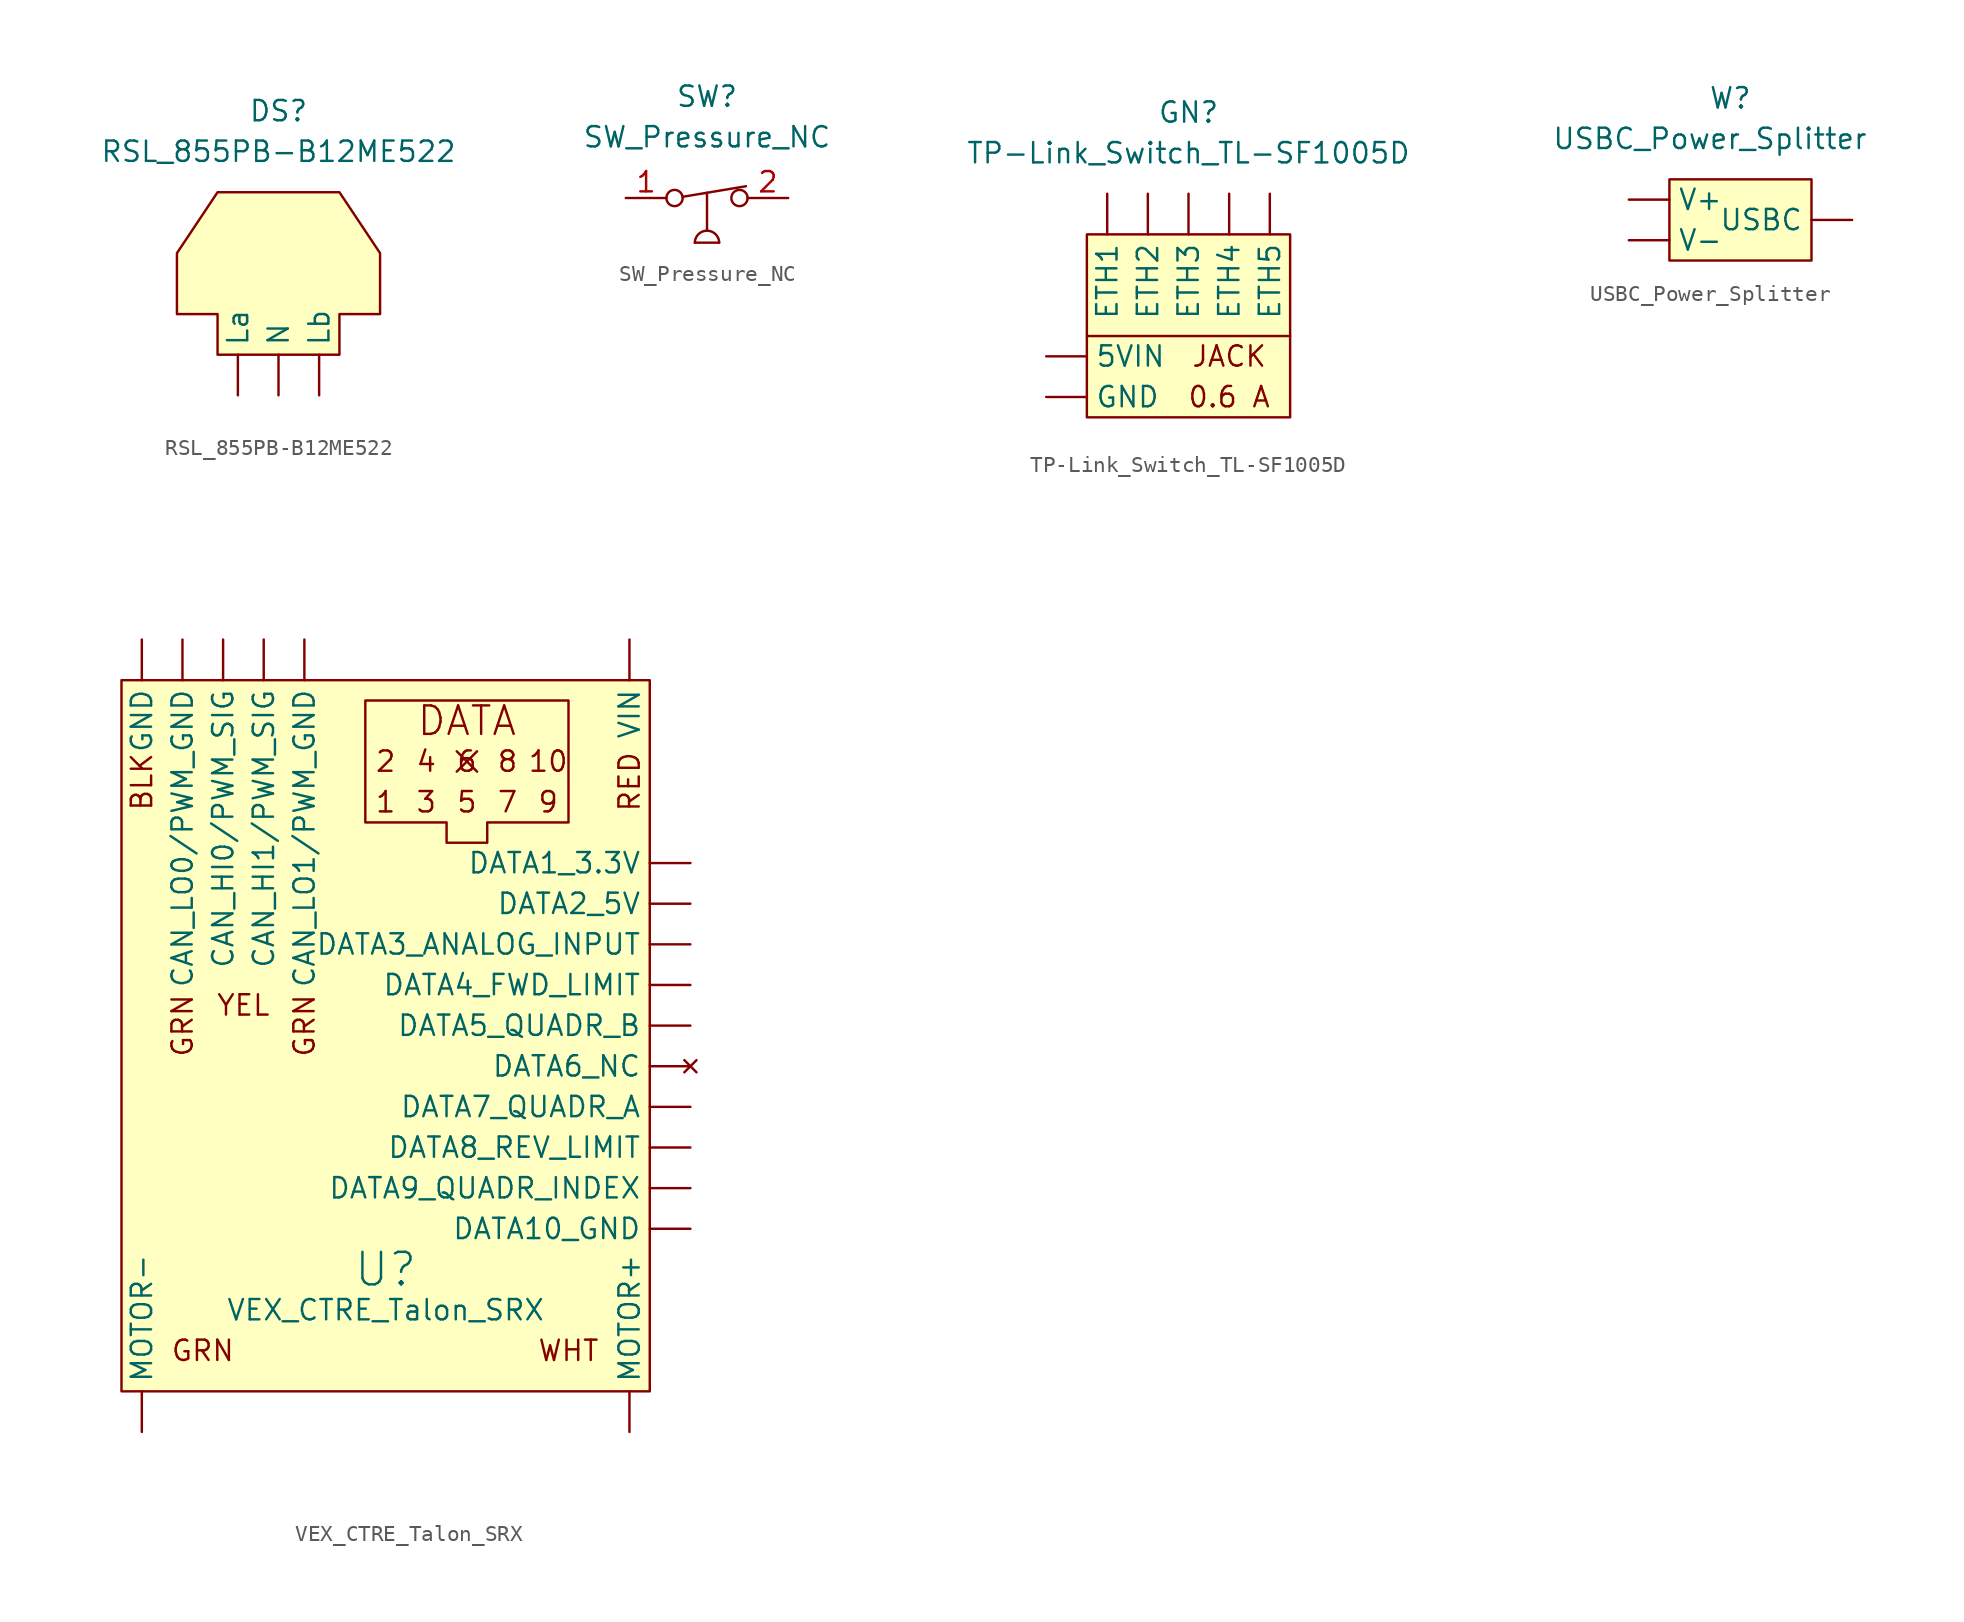
<source format=kicad_sym>
(kicad_symbol_lib
  (version 20220914)
  (generator kicad_symbol_editor)
  (symbol "RSL_855PB-B12ME522"
    (property "Reference" "DS"
      (at 0 0 0)
      (effects (font (size 1.27 1.27))))
    (property "Value" "RSL_855PB-B12ME522"
      (at 0 -2.54 0)
      (effects (font (size 1.27 1.27))))
    (symbol "RSL_855PB-B12ME522_0_1"
      (polyline (pts (xy 3.81 -12.7) (xy 3.81 -15.24) (xy -3.81 -15.24) (xy -3.81 -12.7) (xy -6.35 -12.7) (xy -6.35 -8.89) (xy -3.81 -5.08) (xy 3.81 -5.08) (xy 6.35 -8.89) (xy 6.35 -12.7) (xy 3.81 -12.7)) (stroke (width 0) (type default)) (fill (type background))))
    (symbol "RSL_855PB-B12ME522_1_1"
      (pin input line (at -2.54 -17.78 90) (length 2.54) (name "La" (effects (font (size 1.27 1.27)))) (number "" (effects (font (size 1.27 1.27)))))
      (pin input line (at 2.54 -17.78 90) (length 2.54) (name "Lb" (effects (font (size 1.27 1.27)))) (number "" (effects (font (size 1.27 1.27)))))
      (pin power_in line (at 0 -17.78 90) (length 2.54) (name "N" (effects (font (size 1.27 1.27)))) (number "" (effects (font (size 1.27 1.27)))))))
  (symbol "SW_Pressure_NC"
    (property "Reference" "SW"
      (at 0 0 0)
      (effects (font (size 1.27 1.27))))
    (property "Value" "SW_Pressure_NC"
      (at 0 -2.54 0)
      (effects (font (size 1.27 1.27))))
    (symbol "SW_Pressure_NC_0_0"
      (circle (center -2.032 -6.35) (radius 0.508) (stroke (width 0) (type default)) (fill (type none)))
      (circle (center 2.032 -6.35) (radius 0.508) (stroke (width 0) (type default)) (fill (type none))))
    (symbol "SW_Pressure_NC_0_1"
      (polyline (pts (xy -1.524 -6.274) (xy 2.438 -5.613)) (stroke (width 0) (type default)) (fill (type none)))
      (polyline (pts (xy -0.762 -9.144) (xy 0.762 -9.144)) (stroke (width 0) (type default)) (fill (type none)))
      (polyline (pts (xy 0 -6.02) (xy 0 -8.382)) (stroke (width 0) (type default)) (fill (type none)))
      (arc (start 0.762 -9.144) (mid 0 -8.3942) (end -0.762 -9.144) (stroke (width 0) (type default)) (fill (type none))))
    (symbol "SW_Pressure_NC_1_1"
      (pin passive line (at -5.08 -6.35 0) (length 2.54) (name "" (effects (font (size 1.27 1.27)))) (number "1" (effects (font (size 1.27 1.27)))))
      (pin passive line (at 5.08 -6.35 180) (length 2.54) (name "" (effects (font (size 1.27 1.27)))) (number "2" (effects (font (size 1.27 1.27)))))))
  (symbol "TP-Link_Switch_TL-SF1005D"
    (property "Reference" "GN"
      (at 0 0 0)
      (effects (font (size 1.27 1.27))))
    (property "Value" "TP-Link_Switch_TL-SF1005D"
      (at 0 -2.54 0)
      (effects (font (size 1.27 1.27))))
    (symbol "TP-Link_Switch_TL-SF1005D_0_0"
      (polyline (pts (xy -6.35 -13.97) (xy 6.35 -13.97)) (stroke (width 0) (type default)) (fill (type none)))
      (text "0.6 A" (at 2.54 -17.78 0) (effects (font (size 1.27 1.27))))
      (text "JACK" (at 2.54 -15.24 0) (effects (font (size 1.27 1.27)))))
    (symbol "TP-Link_Switch_TL-SF1005D_0_1"
      (rectangle (start -6.35 -7.62) (end 6.35 -19.05) (stroke (width 0) (type default)) (fill (type background))))
    (symbol "TP-Link_Switch_TL-SF1005D_1_1"
      (pin power_in line (at -8.89 -15.24 0) (length 2.54) (name "5VIN" (effects (font (size 1.27 1.27)))) (number "" (effects (font (size 1.27 1.27)))))
      (pin bidirectional line (at -5.08 -5.08 270) (length 2.54) (name "ETH1" (effects (font (size 1.27 1.27)))) (number "" (effects (font (size 1.27 1.27)))))
      (pin bidirectional line (at -2.54 -5.08 270) (length 2.54) (name "ETH2" (effects (font (size 1.27 1.27)))) (number "" (effects (font (size 1.27 1.27)))))
      (pin bidirectional line (at 0 -5.08 270) (length 2.54) (name "ETH3" (effects (font (size 1.27 1.27)))) (number "" (effects (font (size 1.27 1.27)))))
      (pin bidirectional line (at 2.54 -5.08 270) (length 2.54) (name "ETH4" (effects (font (size 1.27 1.27)))) (number "" (effects (font (size 1.27 1.27)))))
      (pin bidirectional line (at 5.08 -5.08 270) (length 2.54) (name "ETH5" (effects (font (size 1.27 1.27)))) (number "" (effects (font (size 1.27 1.27)))))
      (pin power_in line (at -8.89 -17.78 0) (length 2.54) (name "GND" (effects (font (size 1.27 1.27)))) (number "" (effects (font (size 1.27 1.27)))))))
  (symbol "USBC_Power_Splitter"
    (property "Reference" "W"
      (at 0 3.81 0)
      (effects (font (size 1.27 1.27))))
    (property "Value" "USBC_Power_Splitter"
      (at -1.27 1.27 0)
      (effects (font (size 1.27 1.27))))
    (symbol "USBC_Power_Splitter_1_1"
      (rectangle (start -3.81 -1.27) (end 5.08 -6.35) (stroke (width 0) (type default)) (fill (type background)))
      (pin bidirectional line (at 7.62 -3.81 180) (length 2.54) (name "USBC" (effects (font (size 1.27 1.27)))) (number "" (effects (font (size 1.27 1.27)))))
      (pin bidirectional line (at -6.35 -2.54 0) (length 2.54) (name "V+" (effects (font (size 1.27 1.27)))) (number "" (effects (font (size 1.27 1.27)))))
      (pin bidirectional line (at -6.35 -5.08 0) (length 2.54) (name "V-" (effects (font (size 1.27 1.27)))) (number "" (effects (font (size 1.27 1.27)))))))
  (symbol "VEX_CTRE_Talon_SRX"
    (property "Reference" "U"
      (at 0 -19.05 0)
      (effects (font (size 2.032 2.032))))
    (property "Value" "VEX_CTRE_Talon_SRX"
      (at 0 -21.59 0)
      (effects (font (size 1.27 1.27))))
    (symbol "VEX_CTRE_Talon_SRX_0_0"
      (rectangle (start -16.51 17.78) (end 16.51 -26.67) (stroke (width 0) (type default)) (fill (type background)))
      (polyline (pts (xy 4.445 13.335) (xy 5.715 12.065)) (stroke (width 0) (type default)) (fill (type none)))
      (polyline (pts (xy 5.715 13.335) (xy 4.445 12.065)) (stroke (width 0) (type default)) (fill (type none)))
      (text "1" (at 0 10.16 0) (effects (font (size 1.27 1.27))))
      (text "10" (at 10.16 12.7 0) (effects (font (size 1.27 1.27))))
      (text "2" (at 0 12.7 0) (effects (font (size 1.27 1.27))))
      (text "3" (at 2.54 10.16 0) (effects (font (size 1.27 1.27))))
      (text "4" (at 2.54 12.7 0) (effects (font (size 1.27 1.27))))
      (text "5" (at 5.08 10.16 0) (effects (font (size 1.27 1.27))))
      (text "6" (at 5.08 12.7 0) (effects (font (size 1.27 1.27))))
      (text "7" (at 7.62 10.16 0) (effects (font (size 1.27 1.27))))
      (text "8" (at 7.62 12.7 0) (effects (font (size 1.27 1.27))))
      (text "9" (at 10.16 10.16 0) (effects (font (size 1.27 1.27))))
      (text "BLK" (at -15.24 11.43 900) (effects (font (size 1.27 1.27))))
      (text "DATA" (at 5.08 15.24 0) (effects (font (size 1.778 1.778))))
      (text "GRN" (at -12.7 -3.81 900) (effects (font (size 1.27 1.27))))
      (text "GRN" (at -11.43 -24.13 0) (effects (font (size 1.27 1.27))))
      (text "GRN" (at -5.08 -3.81 900) (effects (font (size 1.27 1.27))))
      (text "RED" (at 15.24 11.43 900) (effects (font (size 1.27 1.27))))
      (text "WHT" (at 11.43 -24.13 0) (effects (font (size 1.27 1.27))))
      (text "YEL" (at -8.89 -2.54 0) (effects (font (size 1.27 1.27)))))
    (symbol "VEX_CTRE_Talon_SRX_0_1"
      (polyline (pts (xy 6.35 7.62) (xy 3.81 7.62) (xy 3.81 8.89) (xy -1.27 8.89) (xy -1.27 16.51) (xy 11.43 16.51) (xy 11.43 8.89) (xy 6.35 8.89) (xy 6.35 7.62)) (stroke (width 0) (type default)) (fill (type none))))
    (symbol "VEX_CTRE_Talon_SRX_1_1"
      (pin bidirectional line (at -10.16 20.32 270) (length 2.54) (name "CAN_HI0/PWM_SIG" (effects (font (size 1.27 1.27)))) (number "" (effects (font (size 1.27 1.27)))))
      (pin bidirectional line (at -7.62 20.32 270) (length 2.54) (name "CAN_HI1/PWM_SIG" (effects (font (size 1.27 1.27)))) (number "" (effects (font (size 1.27 1.27)))))
      (pin bidirectional line (at -12.7 20.32 270) (length 2.54) (name "CAN_LO0/PWM_GND" (effects (font (size 1.27 1.27)))) (number "" (effects (font (size 1.27 1.27)))))
      (pin bidirectional line (at -5.08 20.32 270) (length 2.54) (name "CAN_LO1/PWM_GND" (effects (font (size 1.27 1.27)))) (number "" (effects (font (size 1.27 1.27)))))
      (pin power_out line (at 19.05 -16.51 180) (length 2.54) (name "DATA10_GND" (effects (font (size 1.27 1.27)))) (number "" (effects (font (size 1.27 1.27)))))
      (pin power_out line (at 19.05 6.35 180) (length 2.54) (name "DATA1_3.3V" (effects (font (size 1.27 1.27)))) (number "" (effects (font (size 1.27 1.27)))))
      (pin power_out line (at 19.05 3.81 180) (length 2.54) (name "DATA2_5V" (effects (font (size 1.27 1.27)))) (number "" (effects (font (size 1.27 1.27)))))
      (pin input line (at 19.05 1.27 180) (length 2.54) (name "DATA3_ANALOG_INPUT" (effects (font (size 1.27 1.27)))) (number "" (effects (font (size 1.27 1.27)))))
      (pin input line (at 19.05 -1.27 180) (length 2.54) (name "DATA4_FWD_LIMIT" (effects (font (size 1.27 1.27)))) (number "" (effects (font (size 1.27 1.27)))))
      (pin input line (at 19.05 -3.81 180) (length 2.54) (name "DATA5_QUADR_B" (effects (font (size 1.27 1.27)))) (number "" (effects (font (size 1.27 1.27)))))
      (pin no_connect line (at 19.05 -6.35 180) (length 2.54) (name "DATA6_NC" (effects (font (size 1.27 1.27)))) (number "" (effects (font (size 1.27 1.27)))))
      (pin input line (at 19.05 -8.89 180) (length 2.54) (name "DATA7_QUADR_A" (effects (font (size 1.27 1.27)))) (number "" (effects (font (size 1.27 1.27)))))
      (pin input line (at 19.05 -11.43 180) (length 2.54) (name "DATA8_REV_LIMIT" (effects (font (size 1.27 1.27)))) (number "" (effects (font (size 1.27 1.27)))))
      (pin input line (at 19.05 -13.97 180) (length 2.54) (name "DATA9_QUADR_INDEX" (effects (font (size 1.27 1.27)))) (number "" (effects (font (size 1.27 1.27)))))
      (pin power_in line (at -15.24 20.32 270) (length 2.54) (name "GND" (effects (font (size 1.27 1.27)))) (number "" (effects (font (size 1.27 1.27)))))
      (pin output line (at 15.24 -29.21 90) (length 2.54) (name "MOTOR+" (effects (font (size 1.27 1.27)))) (number "" (effects (font (size 1.27 1.27)))))
      (pin output line (at -15.24 -29.21 90) (length 2.54) (name "MOTOR-" (effects (font (size 1.27 1.27)))) (number "" (effects (font (size 1.27 1.27)))))
      (pin power_in line (at 15.24 20.32 270) (length 2.54) (name "VIN" (effects (font (size 1.27 1.27)))) (number "" (effects (font (size 1.27 1.27))))))))
</source>
